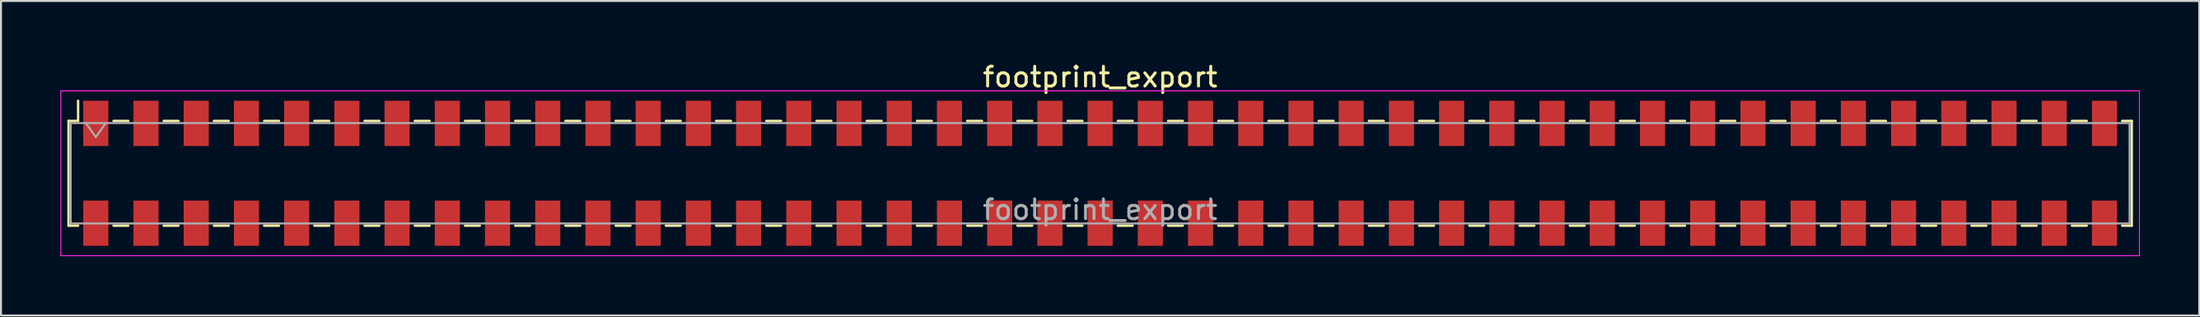
<source format=kicad_pcb>
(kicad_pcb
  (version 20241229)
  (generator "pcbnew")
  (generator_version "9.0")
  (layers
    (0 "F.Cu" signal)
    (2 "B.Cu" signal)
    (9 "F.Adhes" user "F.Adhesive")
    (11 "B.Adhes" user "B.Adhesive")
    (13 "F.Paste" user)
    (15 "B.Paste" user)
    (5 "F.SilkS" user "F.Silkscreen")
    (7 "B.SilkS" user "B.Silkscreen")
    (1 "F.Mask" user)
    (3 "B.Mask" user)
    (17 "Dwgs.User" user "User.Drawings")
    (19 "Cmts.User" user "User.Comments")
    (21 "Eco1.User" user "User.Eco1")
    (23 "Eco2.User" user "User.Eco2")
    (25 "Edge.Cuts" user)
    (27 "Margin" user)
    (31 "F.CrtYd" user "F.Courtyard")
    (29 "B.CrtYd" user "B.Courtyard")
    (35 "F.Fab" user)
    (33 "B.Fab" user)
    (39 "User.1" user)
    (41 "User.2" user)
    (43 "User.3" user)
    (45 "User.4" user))
  (footprint "footprint_export"
    (layer "F.Cu")
    (at 52.595 5.718)
    (property "Reference" "footprint_export" (at 0 -4.87 0) (layer "F.SilkS") (effects (font (size 1 1) (thickness 0.15))))
    (attr smd)
    (fp_line (start -52.18 -2.65) (end -52.18 2.65) (stroke (width 0.12) (type solid)) (layer "F.SilkS"))
    (fp_line (start -52.18 2.65) (end -51.695 2.65) (stroke (width 0.12) (type solid)) (layer "F.SilkS"))
    (fp_line (start -51.695 -3.67) (end -51.695 -2.65) (stroke (width 0.12) (type solid)) (layer "F.SilkS"))
    (fp_line (start -51.695 -2.65) (end -52.18 -2.65) (stroke (width 0.12) (type solid)) (layer "F.SilkS"))
    (fp_line (start -49.905 -2.65) (end -49.155 -2.65) (stroke (width 0.12) (type solid)) (layer "F.SilkS"))
    (fp_line (start -49.905 2.65) (end -49.155 2.65) (stroke (width 0.12) (type solid)) (layer "F.SilkS"))
    (fp_line (start -47.365 -2.65) (end -46.615 -2.65) (stroke (width 0.12) (type solid)) (layer "F.SilkS"))
    (fp_line (start -47.365 2.65) (end -46.615 2.65) (stroke (width 0.12) (type solid)) (layer "F.SilkS"))
    (fp_line (start -44.825 -2.65) (end -44.075 -2.65) (stroke (width 0.12) (type solid)) (layer "F.SilkS"))
    (fp_line (start -44.825 2.65) (end -44.075 2.65) (stroke (width 0.12) (type solid)) (layer "F.SilkS"))
    (fp_line (start -42.285 -2.65) (end -41.535 -2.65) (stroke (width 0.12) (type solid)) (layer "F.SilkS"))
    (fp_line (start -42.285 2.65) (end -41.535 2.65) (stroke (width 0.12) (type solid)) (layer "F.SilkS"))
    (fp_line (start -39.745 -2.65) (end -38.995 -2.65) (stroke (width 0.12) (type solid)) (layer "F.SilkS"))
    (fp_line (start -39.745 2.65) (end -38.995 2.65) (stroke (width 0.12) (type solid)) (layer "F.SilkS"))
    (fp_line (start -37.205 -2.65) (end -36.455 -2.65) (stroke (width 0.12) (type solid)) (layer "F.SilkS"))
    (fp_line (start -37.205 2.65) (end -36.455 2.65) (stroke (width 0.12) (type solid)) (layer "F.SilkS"))
    (fp_line (start -34.665 -2.65) (end -33.915 -2.65) (stroke (width 0.12) (type solid)) (layer "F.SilkS"))
    (fp_line (start -34.665 2.65) (end -33.915 2.65) (stroke (width 0.12) (type solid)) (layer "F.SilkS"))
    (fp_line (start -32.125 -2.65) (end -31.375 -2.65) (stroke (width 0.12) (type solid)) (layer "F.SilkS"))
    (fp_line (start -32.125 2.65) (end -31.375 2.65) (stroke (width 0.12) (type solid)) (layer "F.SilkS"))
    (fp_line (start -29.585 -2.65) (end -28.835 -2.65) (stroke (width 0.12) (type solid)) (layer "F.SilkS"))
    (fp_line (start -29.585 2.65) (end -28.835 2.65) (stroke (width 0.12) (type solid)) (layer "F.SilkS"))
    (fp_line (start -27.045 -2.65) (end -26.295 -2.65) (stroke (width 0.12) (type solid)) (layer "F.SilkS"))
    (fp_line (start -27.045 2.65) (end -26.295 2.65) (stroke (width 0.12) (type solid)) (layer "F.SilkS"))
    (fp_line (start -24.505 -2.65) (end -23.755 -2.65) (stroke (width 0.12) (type solid)) (layer "F.SilkS"))
    (fp_line (start -24.505 2.65) (end -23.755 2.65) (stroke (width 0.12) (type solid)) (layer "F.SilkS"))
    (fp_line (start -21.965 -2.65) (end -21.215 -2.65) (stroke (width 0.12) (type solid)) (layer "F.SilkS"))
    (fp_line (start -21.965 2.65) (end -21.215 2.65) (stroke (width 0.12) (type solid)) (layer "F.SilkS"))
    (fp_line (start -19.425 -2.65) (end -18.675 -2.65) (stroke (width 0.12) (type solid)) (layer "F.SilkS"))
    (fp_line (start -19.425 2.65) (end -18.675 2.65) (stroke (width 0.12) (type solid)) (layer "F.SilkS"))
    (fp_line (start -16.885 -2.65) (end -16.135 -2.65) (stroke (width 0.12) (type solid)) (layer "F.SilkS"))
    (fp_line (start -16.885 2.65) (end -16.135 2.65) (stroke (width 0.12) (type solid)) (layer "F.SilkS"))
    (fp_line (start -14.345 -2.65) (end -13.595 -2.65) (stroke (width 0.12) (type solid)) (layer "F.SilkS"))
    (fp_line (start -14.345 2.65) (end -13.595 2.65) (stroke (width 0.12) (type solid)) (layer "F.SilkS"))
    (fp_line (start -11.805 -2.65) (end -11.055 -2.65) (stroke (width 0.12) (type solid)) (layer "F.SilkS"))
    (fp_line (start -11.805 2.65) (end -11.055 2.65) (stroke (width 0.12) (type solid)) (layer "F.SilkS"))
    (fp_line (start -9.265 -2.65) (end -8.515 -2.65) (stroke (width 0.12) (type solid)) (layer "F.SilkS"))
    (fp_line (start -9.265 2.65) (end -8.515 2.65) (stroke (width 0.12) (type solid)) (layer "F.SilkS"))
    (fp_line (start -6.725 -2.65) (end -5.975 -2.65) (stroke (width 0.12) (type solid)) (layer "F.SilkS"))
    (fp_line (start -6.725 2.65) (end -5.975 2.65) (stroke (width 0.12) (type solid)) (layer "F.SilkS"))
    (fp_line (start -4.185 -2.65) (end -3.435 -2.65) (stroke (width 0.12) (type solid)) (layer "F.SilkS"))
    (fp_line (start -4.185 2.65) (end -3.435 2.65) (stroke (width 0.12) (type solid)) (layer "F.SilkS"))
    (fp_line (start -1.645 -2.65) (end -0.895 -2.65) (stroke (width 0.12) (type solid)) (layer "F.SilkS"))
    (fp_line (start -1.645 2.65) (end -0.895 2.65) (stroke (width 0.12) (type solid)) (layer "F.SilkS"))
    (fp_line (start 0.895 -2.65) (end 1.645 -2.65) (stroke (width 0.12) (type solid)) (layer "F.SilkS"))
    (fp_line (start 0.895 2.65) (end 1.645 2.65) (stroke (width 0.12) (type solid)) (layer "F.SilkS"))
    (fp_line (start 3.435 -2.65) (end 4.185 -2.65) (stroke (width 0.12) (type solid)) (layer "F.SilkS"))
    (fp_line (start 3.435 2.65) (end 4.185 2.65) (stroke (width 0.12) (type solid)) (layer "F.SilkS"))
    (fp_line (start 5.975 -2.65) (end 6.725 -2.65) (stroke (width 0.12) (type solid)) (layer "F.SilkS"))
    (fp_line (start 5.975 2.65) (end 6.725 2.65) (stroke (width 0.12) (type solid)) (layer "F.SilkS"))
    (fp_line (start 8.515 -2.65) (end 9.265 -2.65) (stroke (width 0.12) (type solid)) (layer "F.SilkS"))
    (fp_line (start 8.515 2.65) (end 9.265 2.65) (stroke (width 0.12) (type solid)) (layer "F.SilkS"))
    (fp_line (start 11.055 -2.65) (end 11.805 -2.65) (stroke (width 0.12) (type solid)) (layer "F.SilkS"))
    (fp_line (start 11.055 2.65) (end 11.805 2.65) (stroke (width 0.12) (type solid)) (layer "F.SilkS"))
    (fp_line (start 13.595 -2.65) (end 14.345 -2.65) (stroke (width 0.12) (type solid)) (layer "F.SilkS"))
    (fp_line (start 13.595 2.65) (end 14.345 2.65) (stroke (width 0.12) (type solid)) (layer "F.SilkS"))
    (fp_line (start 16.135 -2.65) (end 16.885 -2.65) (stroke (width 0.12) (type solid)) (layer "F.SilkS"))
    (fp_line (start 16.135 2.65) (end 16.885 2.65) (stroke (width 0.12) (type solid)) (layer "F.SilkS"))
    (fp_line (start 18.675 -2.65) (end 19.425 -2.65) (stroke (width 0.12) (type solid)) (layer "F.SilkS"))
    (fp_line (start 18.675 2.65) (end 19.425 2.65) (stroke (width 0.12) (type solid)) (layer "F.SilkS"))
    (fp_line (start 21.215 -2.65) (end 21.965 -2.65) (stroke (width 0.12) (type solid)) (layer "F.SilkS"))
    (fp_line (start 21.215 2.65) (end 21.965 2.65) (stroke (width 0.12) (type solid)) (layer "F.SilkS"))
    (fp_line (start 23.755 -2.65) (end 24.505 -2.65) (stroke (width 0.12) (type solid)) (layer "F.SilkS"))
    (fp_line (start 23.755 2.65) (end 24.505 2.65) (stroke (width 0.12) (type solid)) (layer "F.SilkS"))
    (fp_line (start 26.295 -2.65) (end 27.045 -2.65) (stroke (width 0.12) (type solid)) (layer "F.SilkS"))
    (fp_line (start 26.295 2.65) (end 27.045 2.65) (stroke (width 0.12) (type solid)) (layer "F.SilkS"))
    (fp_line (start 28.835 -2.65) (end 29.585 -2.65) (stroke (width 0.12) (type solid)) (layer "F.SilkS"))
    (fp_line (start 28.835 2.65) (end 29.585 2.65) (stroke (width 0.12) (type solid)) (layer "F.SilkS"))
    (fp_line (start 31.375 -2.65) (end 32.125 -2.65) (stroke (width 0.12) (type solid)) (layer "F.SilkS"))
    (fp_line (start 31.375 2.65) (end 32.125 2.65) (stroke (width 0.12) (type solid)) (layer "F.SilkS"))
    (fp_line (start 33.915 -2.65) (end 34.665 -2.65) (stroke (width 0.12) (type solid)) (layer "F.SilkS"))
    (fp_line (start 33.915 2.65) (end 34.665 2.65) (stroke (width 0.12) (type solid)) (layer "F.SilkS"))
    (fp_line (start 36.455 -2.65) (end 37.205 -2.65) (stroke (width 0.12) (type solid)) (layer "F.SilkS"))
    (fp_line (start 36.455 2.65) (end 37.205 2.65) (stroke (width 0.12) (type solid)) (layer "F.SilkS"))
    (fp_line (start 38.995 -2.65) (end 39.745 -2.65) (stroke (width 0.12) (type solid)) (layer "F.SilkS"))
    (fp_line (start 38.995 2.65) (end 39.745 2.65) (stroke (width 0.12) (type solid)) (layer "F.SilkS"))
    (fp_line (start 41.535 -2.65) (end 42.285 -2.65) (stroke (width 0.12) (type solid)) (layer "F.SilkS"))
    (fp_line (start 41.535 2.65) (end 42.285 2.65) (stroke (width 0.12) (type solid)) (layer "F.SilkS"))
    (fp_line (start 44.075 -2.65) (end 44.825 -2.65) (stroke (width 0.12) (type solid)) (layer "F.SilkS"))
    (fp_line (start 44.075 2.65) (end 44.825 2.65) (stroke (width 0.12) (type solid)) (layer "F.SilkS"))
    (fp_line (start 46.615 -2.65) (end 47.365 -2.65) (stroke (width 0.12) (type solid)) (layer "F.SilkS"))
    (fp_line (start 46.615 2.65) (end 47.365 2.65) (stroke (width 0.12) (type solid)) (layer "F.SilkS"))
    (fp_line (start 49.155 -2.65) (end 49.905 -2.65) (stroke (width 0.12) (type solid)) (layer "F.SilkS"))
    (fp_line (start 49.155 2.65) (end 49.905 2.65) (stroke (width 0.12) (type solid)) (layer "F.SilkS"))
    (fp_line (start 51.695 -2.65) (end 52.18 -2.65) (stroke (width 0.12) (type solid)) (layer "F.SilkS"))
    (fp_line (start 52.18 -2.65) (end 52.18 2.65) (stroke (width 0.12) (type solid)) (layer "F.SilkS"))
    (fp_line (start 52.18 2.65) (end 51.695 2.65) (stroke (width 0.12) (type solid)) (layer "F.SilkS"))
    (fp_line (start -52.57 -4.17) (end 52.57 -4.17) (stroke (width 0.05) (type solid)) (layer "F.CrtYd"))
    (fp_line (start -52.57 4.17) (end -52.57 -4.17) (stroke (width 0.05) (type solid)) (layer "F.CrtYd"))
    (fp_line (start 52.57 -4.17) (end 52.57 4.17) (stroke (width 0.05) (type solid)) (layer "F.CrtYd"))
    (fp_line (start 52.57 4.17) (end -52.57 4.17) (stroke (width 0.05) (type solid)) (layer "F.CrtYd"))
    (fp_line (start -52.07 -2.54) (end 52.07 -2.54) (stroke (width 0.1) (type solid)) (layer "F.Fab"))
    (fp_line (start -52.07 2.54) (end -52.07 -2.54) (stroke (width 0.1) (type solid)) (layer "F.Fab"))
    (fp_line (start -51.3 -2.54) (end -50.8 -1.833) (stroke (width 0.1) (type solid)) (layer "F.Fab"))
    (fp_line (start -50.8 -1.833) (end -50.3 -2.54) (stroke (width 0.1) (type solid)) (layer "F.Fab"))
    (fp_line (start 52.07 -2.54) (end 52.07 2.54) (stroke (width 0.1) (type solid)) (layer "F.Fab"))
    (fp_line (start 52.07 2.54) (end -52.07 2.54) (stroke (width 0.1) (type solid)) (layer "F.Fab"))
    (fp_text user "${REFERENCE}" (at 0 1.84 0) (layer "F.Fab") (effects (font (size 1 1) (thickness 0.15))))
    (pad "1" smd rect (at -50.8 -2.525) (size 1.27 2.29) (layers "F.Cu" "F.Mask" "F.Paste"))
    (pad "2" smd rect (at -50.8 2.525) (size 1.27 2.29) (layers "F.Cu" "F.Mask" "F.Paste"))
    (pad "3" smd rect (at -48.26 -2.525) (size 1.27 2.29) (layers "F.Cu" "F.Mask" "F.Paste"))
    (pad "4" smd rect (at -48.26 2.525) (size 1.27 2.29) (layers "F.Cu" "F.Mask" "F.Paste"))
    (pad "5" smd rect (at -45.72 -2.525) (size 1.27 2.29) (layers "F.Cu" "F.Mask" "F.Paste"))
    (pad "6" smd rect (at -45.72 2.525) (size 1.27 2.29) (layers "F.Cu" "F.Mask" "F.Paste"))
    (pad "7" smd rect (at -43.18 -2.525) (size 1.27 2.29) (layers "F.Cu" "F.Mask" "F.Paste"))
    (pad "8" smd rect (at -43.18 2.525) (size 1.27 2.29) (layers "F.Cu" "F.Mask" "F.Paste"))
    (pad "9" smd rect (at -40.64 -2.525) (size 1.27 2.29) (layers "F.Cu" "F.Mask" "F.Paste"))
    (pad "10" smd rect (at -40.64 2.525) (size 1.27 2.29) (layers "F.Cu" "F.Mask" "F.Paste"))
    (pad "11" smd rect (at -38.1 -2.525) (size 1.27 2.29) (layers "F.Cu" "F.Mask" "F.Paste"))
    (pad "12" smd rect (at -38.1 2.525) (size 1.27 2.29) (layers "F.Cu" "F.Mask" "F.Paste"))
    (pad "13" smd rect (at -35.56 -2.525) (size 1.27 2.29) (layers "F.Cu" "F.Mask" "F.Paste"))
    (pad "14" smd rect (at -35.56 2.525) (size 1.27 2.29) (layers "F.Cu" "F.Mask" "F.Paste"))
    (pad "15" smd rect (at -33.02 -2.525) (size 1.27 2.29) (layers "F.Cu" "F.Mask" "F.Paste"))
    (pad "16" smd rect (at -33.02 2.525) (size 1.27 2.29) (layers "F.Cu" "F.Mask" "F.Paste"))
    (pad "17" smd rect (at -30.48 -2.525) (size 1.27 2.29) (layers "F.Cu" "F.Mask" "F.Paste"))
    (pad "18" smd rect (at -30.48 2.525) (size 1.27 2.29) (layers "F.Cu" "F.Mask" "F.Paste"))
    (pad "19" smd rect (at -27.94 -2.525) (size 1.27 2.29) (layers "F.Cu" "F.Mask" "F.Paste"))
    (pad "20" smd rect (at -27.94 2.525) (size 1.27 2.29) (layers "F.Cu" "F.Mask" "F.Paste"))
    (pad "21" smd rect (at -25.4 -2.525) (size 1.27 2.29) (layers "F.Cu" "F.Mask" "F.Paste"))
    (pad "22" smd rect (at -25.4 2.525) (size 1.27 2.29) (layers "F.Cu" "F.Mask" "F.Paste"))
    (pad "23" smd rect (at -22.86 -2.525) (size 1.27 2.29) (layers "F.Cu" "F.Mask" "F.Paste"))
    (pad "24" smd rect (at -22.86 2.525) (size 1.27 2.29) (layers "F.Cu" "F.Mask" "F.Paste"))
    (pad "25" smd rect (at -20.32 -2.525) (size 1.27 2.29) (layers "F.Cu" "F.Mask" "F.Paste"))
    (pad "26" smd rect (at -20.32 2.525) (size 1.27 2.29) (layers "F.Cu" "F.Mask" "F.Paste"))
    (pad "27" smd rect (at -17.78 -2.525) (size 1.27 2.29) (layers "F.Cu" "F.Mask" "F.Paste"))
    (pad "28" smd rect (at -17.78 2.525) (size 1.27 2.29) (layers "F.Cu" "F.Mask" "F.Paste"))
    (pad "29" smd rect (at -15.24 -2.525) (size 1.27 2.29) (layers "F.Cu" "F.Mask" "F.Paste"))
    (pad "30" smd rect (at -15.24 2.525) (size 1.27 2.29) (layers "F.Cu" "F.Mask" "F.Paste"))
    (pad "31" smd rect (at -12.7 -2.525) (size 1.27 2.29) (layers "F.Cu" "F.Mask" "F.Paste"))
    (pad "32" smd rect (at -12.7 2.525) (size 1.27 2.29) (layers "F.Cu" "F.Mask" "F.Paste"))
    (pad "33" smd rect (at -10.16 -2.525) (size 1.27 2.29) (layers "F.Cu" "F.Mask" "F.Paste"))
    (pad "34" smd rect (at -10.16 2.525) (size 1.27 2.29) (layers "F.Cu" "F.Mask" "F.Paste"))
    (pad "35" smd rect (at -7.62 -2.525) (size 1.27 2.29) (layers "F.Cu" "F.Mask" "F.Paste"))
    (pad "36" smd rect (at -7.62 2.525) (size 1.27 2.29) (layers "F.Cu" "F.Mask" "F.Paste"))
    (pad "37" smd rect (at -5.08 -2.525) (size 1.27 2.29) (layers "F.Cu" "F.Mask" "F.Paste"))
    (pad "38" smd rect (at -5.08 2.525) (size 1.27 2.29) (layers "F.Cu" "F.Mask" "F.Paste"))
    (pad "39" smd rect (at -2.54 -2.525) (size 1.27 2.29) (layers "F.Cu" "F.Mask" "F.Paste"))
    (pad "40" smd rect (at -2.54 2.525) (size 1.27 2.29) (layers "F.Cu" "F.Mask" "F.Paste"))
    (pad "41" smd rect (at 0 -2.525) (size 1.27 2.29) (layers "F.Cu" "F.Mask" "F.Paste"))
    (pad "42" smd rect (at 0 2.525) (size 1.27 2.29) (layers "F.Cu" "F.Mask" "F.Paste"))
    (pad "43" smd rect (at 2.54 -2.525) (size 1.27 2.29) (layers "F.Cu" "F.Mask" "F.Paste"))
    (pad "44" smd rect (at 2.54 2.525) (size 1.27 2.29) (layers "F.Cu" "F.Mask" "F.Paste"))
    (pad "45" smd rect (at 5.08 -2.525) (size 1.27 2.29) (layers "F.Cu" "F.Mask" "F.Paste"))
    (pad "46" smd rect (at 5.08 2.525) (size 1.27 2.29) (layers "F.Cu" "F.Mask" "F.Paste"))
    (pad "47" smd rect (at 7.62 -2.525) (size 1.27 2.29) (layers "F.Cu" "F.Mask" "F.Paste"))
    (pad "48" smd rect (at 7.62 2.525) (size 1.27 2.29) (layers "F.Cu" "F.Mask" "F.Paste"))
    (pad "49" smd rect (at 10.16 -2.525) (size 1.27 2.29) (layers "F.Cu" "F.Mask" "F.Paste"))
    (pad "50" smd rect (at 10.16 2.525) (size 1.27 2.29) (layers "F.Cu" "F.Mask" "F.Paste"))
    (pad "51" smd rect (at 12.7 -2.525) (size 1.27 2.29) (layers "F.Cu" "F.Mask" "F.Paste"))
    (pad "52" smd rect (at 12.7 2.525) (size 1.27 2.29) (layers "F.Cu" "F.Mask" "F.Paste"))
    (pad "53" smd rect (at 15.24 -2.525) (size 1.27 2.29) (layers "F.Cu" "F.Mask" "F.Paste"))
    (pad "54" smd rect (at 15.24 2.525) (size 1.27 2.29) (layers "F.Cu" "F.Mask" "F.Paste"))
    (pad "55" smd rect (at 17.78 -2.525) (size 1.27 2.29) (layers "F.Cu" "F.Mask" "F.Paste"))
    (pad "56" smd rect (at 17.78 2.525) (size 1.27 2.29) (layers "F.Cu" "F.Mask" "F.Paste"))
    (pad "57" smd rect (at 20.32 -2.525) (size 1.27 2.29) (layers "F.Cu" "F.Mask" "F.Paste"))
    (pad "58" smd rect (at 20.32 2.525) (size 1.27 2.29) (layers "F.Cu" "F.Mask" "F.Paste"))
    (pad "59" smd rect (at 22.86 -2.525) (size 1.27 2.29) (layers "F.Cu" "F.Mask" "F.Paste"))
    (pad "60" smd rect (at 22.86 2.525) (size 1.27 2.29) (layers "F.Cu" "F.Mask" "F.Paste"))
    (pad "61" smd rect (at 25.4 -2.525) (size 1.27 2.29) (layers "F.Cu" "F.Mask" "F.Paste"))
    (pad "62" smd rect (at 25.4 2.525) (size 1.27 2.29) (layers "F.Cu" "F.Mask" "F.Paste"))
    (pad "63" smd rect (at 27.94 -2.525) (size 1.27 2.29) (layers "F.Cu" "F.Mask" "F.Paste"))
    (pad "64" smd rect (at 27.94 2.525) (size 1.27 2.29) (layers "F.Cu" "F.Mask" "F.Paste"))
    (pad "65" smd rect (at 30.48 -2.525) (size 1.27 2.29) (layers "F.Cu" "F.Mask" "F.Paste"))
    (pad "66" smd rect (at 30.48 2.525) (size 1.27 2.29) (layers "F.Cu" "F.Mask" "F.Paste"))
    (pad "67" smd rect (at 33.02 -2.525) (size 1.27 2.29) (layers "F.Cu" "F.Mask" "F.Paste"))
    (pad "68" smd rect (at 33.02 2.525) (size 1.27 2.29) (layers "F.Cu" "F.Mask" "F.Paste"))
    (pad "69" smd rect (at 35.56 -2.525) (size 1.27 2.29) (layers "F.Cu" "F.Mask" "F.Paste"))
    (pad "70" smd rect (at 35.56 2.525) (size 1.27 2.29) (layers "F.Cu" "F.Mask" "F.Paste"))
    (pad "71" smd rect (at 38.1 -2.525) (size 1.27 2.29) (layers "F.Cu" "F.Mask" "F.Paste"))
    (pad "72" smd rect (at 38.1 2.525) (size 1.27 2.29) (layers "F.Cu" "F.Mask" "F.Paste"))
    (pad "73" smd rect (at 40.64 -2.525) (size 1.27 2.29) (layers "F.Cu" "F.Mask" "F.Paste"))
    (pad "74" smd rect (at 40.64 2.525) (size 1.27 2.29) (layers "F.Cu" "F.Mask" "F.Paste"))
    (pad "75" smd rect (at 43.18 -2.525) (size 1.27 2.29) (layers "F.Cu" "F.Mask" "F.Paste"))
    (pad "76" smd rect (at 43.18 2.525) (size 1.27 2.29) (layers "F.Cu" "F.Mask" "F.Paste"))
    (pad "77" smd rect (at 45.72 -2.525) (size 1.27 2.29) (layers "F.Cu" "F.Mask" "F.Paste"))
    (pad "78" smd rect (at 45.72 2.525) (size 1.27 2.29) (layers "F.Cu" "F.Mask" "F.Paste"))
    (pad "79" smd rect (at 48.26 -2.525) (size 1.27 2.29) (layers "F.Cu" "F.Mask" "F.Paste"))
    (pad "80" smd rect (at 48.26 2.525) (size 1.27 2.29) (layers "F.Cu" "F.Mask" "F.Paste"))
    (pad "81" smd rect (at 50.8 -2.525) (size 1.27 2.29) (layers "F.Cu" "F.Mask" "F.Paste"))
    (pad "82" smd rect (at 50.8 2.525) (size 1.27 2.29) (layers "F.Cu" "F.Mask" "F.Paste")))
  (gr_rect
    (start -3 -3)
    (end 108.19 12.913)
    (stroke (width 0.1) (type default))
    (fill no)
    (layer "Edge.Cuts")))
</source>
